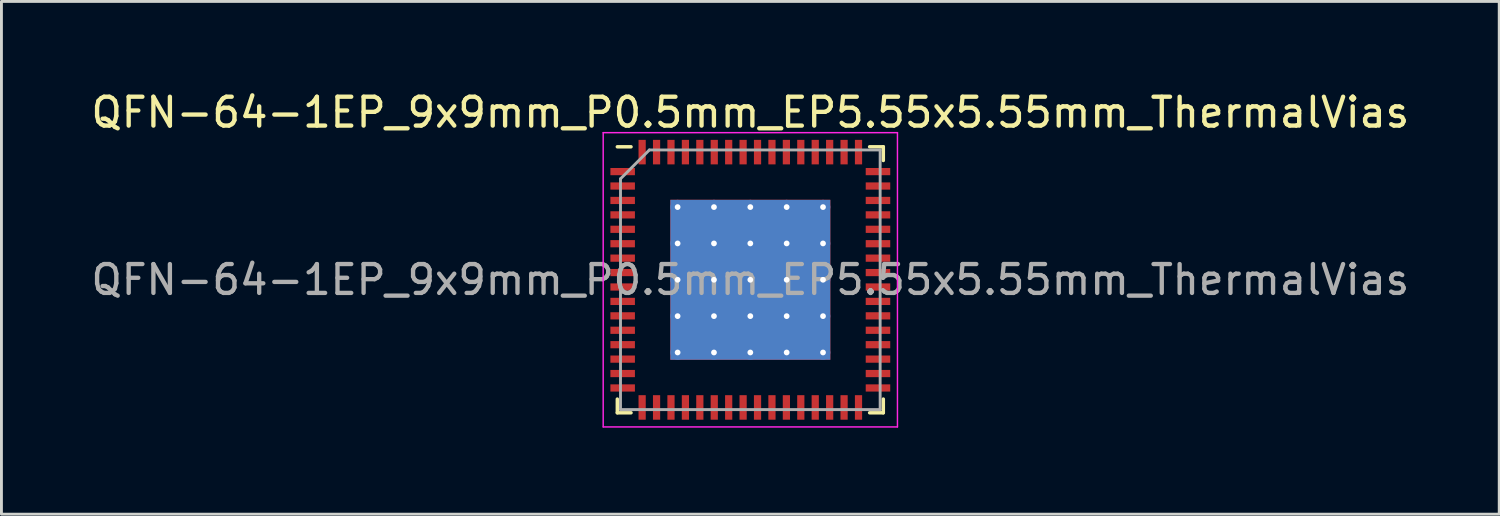
<source format=kicad_pcb>
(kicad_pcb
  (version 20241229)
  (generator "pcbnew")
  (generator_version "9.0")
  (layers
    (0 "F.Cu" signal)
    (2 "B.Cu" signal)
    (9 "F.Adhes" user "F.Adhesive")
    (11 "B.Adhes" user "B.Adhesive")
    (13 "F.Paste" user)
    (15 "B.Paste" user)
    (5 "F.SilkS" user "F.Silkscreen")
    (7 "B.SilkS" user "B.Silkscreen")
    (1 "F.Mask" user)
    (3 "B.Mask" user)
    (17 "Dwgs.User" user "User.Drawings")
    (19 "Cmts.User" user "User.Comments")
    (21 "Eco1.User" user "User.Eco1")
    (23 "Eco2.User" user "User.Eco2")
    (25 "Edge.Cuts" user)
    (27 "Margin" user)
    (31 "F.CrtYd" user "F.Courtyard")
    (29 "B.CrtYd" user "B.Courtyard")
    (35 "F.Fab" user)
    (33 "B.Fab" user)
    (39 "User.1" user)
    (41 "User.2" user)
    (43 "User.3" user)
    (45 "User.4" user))
  (footprint "QFN-64-1EP_9x9mm_P0.5mm_EP5.55x5.55mm_ThermalVias"
    (layer "F.Cu")
    (at 22.958 6.648)
    (property "Reference" "QFN-64-1EP_9x9mm_P0.5mm_EP5.55x5.55mm_ThermalVias" (at 0 -5.8 0) (layer "F.SilkS") (effects (font (size 1 1) (thickness 0.15))))
    (attr smd)
    (fp_line (start -4.61 4.61) (end -4.61 4.135) (stroke (width 0.12) (type solid)) (layer "F.SilkS"))
    (fp_line (start -4.135 -4.61) (end -4.61 -4.61) (stroke (width 0.12) (type solid)) (layer "F.SilkS"))
    (fp_line (start -4.135 4.61) (end -4.61 4.61) (stroke (width 0.12) (type solid)) (layer "F.SilkS"))
    (fp_line (start 4.135 -4.61) (end 4.61 -4.61) (stroke (width 0.12) (type solid)) (layer "F.SilkS"))
    (fp_line (start 4.135 4.61) (end 4.61 4.61) (stroke (width 0.12) (type solid)) (layer "F.SilkS"))
    (fp_line (start 4.61 -4.61) (end 4.61 -4.135) (stroke (width 0.12) (type solid)) (layer "F.SilkS"))
    (fp_line (start 4.61 4.61) (end 4.61 4.135) (stroke (width 0.12) (type solid)) (layer "F.SilkS"))
    (fp_line (start -5.1 -5.1) (end -5.1 5.1) (stroke (width 0.05) (type solid)) (layer "F.CrtYd"))
    (fp_line (start -5.1 5.1) (end 5.1 5.1) (stroke (width 0.05) (type solid)) (layer "F.CrtYd"))
    (fp_line (start 5.1 -5.1) (end -5.1 -5.1) (stroke (width 0.05) (type solid)) (layer "F.CrtYd"))
    (fp_line (start 5.1 5.1) (end 5.1 -5.1) (stroke (width 0.05) (type solid)) (layer "F.CrtYd"))
    (fp_line (start -4.5 -3.5) (end -3.5 -4.5) (stroke (width 0.1) (type solid)) (layer "F.Fab"))
    (fp_line (start -4.5 4.5) (end -4.5 -3.5) (stroke (width 0.1) (type solid)) (layer "F.Fab"))
    (fp_line (start -3.5 -4.5) (end 4.5 -4.5) (stroke (width 0.1) (type solid)) (layer "F.Fab"))
    (fp_line (start 4.5 -4.5) (end 4.5 4.5) (stroke (width 0.1) (type solid)) (layer "F.Fab"))
    (fp_line (start 4.5 4.5) (end -4.5 4.5) (stroke (width 0.1) (type solid)) (layer "F.Fab"))
    (fp_text user "${REFERENCE}" (at 0 0 0) (layer "F.Fab") (effects (font (size 1 1) (thickness 0.15))))
    (pad "" smd custom (at -1.89 -1.89) (size 1.019 1.019) (layers "F.Paste") (options (anchor circle)) (primitives (gr_poly (pts (xy -0.559 -0.418) (xy -0.418 -0.559) (xy 0.418 -0.559) (xy 0.559 -0.418) (xy 0.559 0.418) (xy 0.418 0.559) (xy -0.418 0.559) (xy -0.559 0.418)) (width 0) (fill yes))))
    (pad "" smd custom (at -1.89 -0.63) (size 1.019 1.019) (layers "F.Paste") (options (anchor circle)) (primitives (gr_poly (pts (xy -0.559 -0.418) (xy -0.418 -0.559) (xy 0.418 -0.559) (xy 0.559 -0.418) (xy 0.559 0.418) (xy 0.418 0.559) (xy -0.418 0.559) (xy -0.559 0.418)) (width 0) (fill yes))))
    (pad "" smd custom (at -1.89 0.63) (size 1.019 1.019) (layers "F.Paste") (options (anchor circle)) (primitives (gr_poly (pts (xy -0.559 -0.418) (xy -0.418 -0.559) (xy 0.418 -0.559) (xy 0.559 -0.418) (xy 0.559 0.418) (xy 0.418 0.559) (xy -0.418 0.559) (xy -0.559 0.418)) (width 0) (fill yes))))
    (pad "" smd custom (at -1.89 1.89) (size 1.019 1.019) (layers "F.Paste") (options (anchor circle)) (primitives (gr_poly (pts (xy -0.559 -0.418) (xy -0.418 -0.559) (xy 0.418 -0.559) (xy 0.559 -0.418) (xy 0.559 0.418) (xy 0.418 0.559) (xy -0.418 0.559) (xy -0.559 0.418)) (width 0) (fill yes))))
    (pad "" smd custom (at -0.63 -1.89) (size 1.019 1.019) (layers "F.Paste") (options (anchor circle)) (primitives (gr_poly (pts (xy -0.559 -0.418) (xy -0.418 -0.559) (xy 0.418 -0.559) (xy 0.559 -0.418) (xy 0.559 0.418) (xy 0.418 0.559) (xy -0.418 0.559) (xy -0.559 0.418)) (width 0) (fill yes))))
    (pad "" smd custom (at -0.63 -0.63) (size 1.019 1.019) (layers "F.Paste") (options (anchor circle)) (primitives (gr_poly (pts (xy -0.559 -0.418) (xy -0.418 -0.559) (xy 0.418 -0.559) (xy 0.559 -0.418) (xy 0.559 0.418) (xy 0.418 0.559) (xy -0.418 0.559) (xy -0.559 0.418)) (width 0) (fill yes))))
    (pad "" smd custom (at -0.63 0.63) (size 1.019 1.019) (layers "F.Paste") (options (anchor circle)) (primitives (gr_poly (pts (xy -0.559 -0.418) (xy -0.418 -0.559) (xy 0.418 -0.559) (xy 0.559 -0.418) (xy 0.559 0.418) (xy 0.418 0.559) (xy -0.418 0.559) (xy -0.559 0.418)) (width 0) (fill yes))))
    (pad "" smd custom (at -0.63 1.89) (size 1.019 1.019) (layers "F.Paste") (options (anchor circle)) (primitives (gr_poly (pts (xy -0.559 -0.418) (xy -0.418 -0.559) (xy 0.418 -0.559) (xy 0.559 -0.418) (xy 0.559 0.418) (xy 0.418 0.559) (xy -0.418 0.559) (xy -0.559 0.418)) (width 0) (fill yes))))
    (pad "" smd custom (at 0.63 -1.89) (size 1.019 1.019) (layers "F.Paste") (options (anchor circle)) (primitives (gr_poly (pts (xy -0.559 -0.418) (xy -0.418 -0.559) (xy 0.418 -0.559) (xy 0.559 -0.418) (xy 0.559 0.418) (xy 0.418 0.559) (xy -0.418 0.559) (xy -0.559 0.418)) (width 0) (fill yes))))
    (pad "" smd custom (at 0.63 -0.63) (size 1.019 1.019) (layers "F.Paste") (options (anchor circle)) (primitives (gr_poly (pts (xy -0.559 -0.418) (xy -0.418 -0.559) (xy 0.418 -0.559) (xy 0.559 -0.418) (xy 0.559 0.418) (xy 0.418 0.559) (xy -0.418 0.559) (xy -0.559 0.418)) (width 0) (fill yes))))
    (pad "" smd custom (at 0.63 0.63) (size 1.019 1.019) (layers "F.Paste") (options (anchor circle)) (primitives (gr_poly (pts (xy -0.559 -0.418) (xy -0.418 -0.559) (xy 0.418 -0.559) (xy 0.559 -0.418) (xy 0.559 0.418) (xy 0.418 0.559) (xy -0.418 0.559) (xy -0.559 0.418)) (width 0) (fill yes))))
    (pad "" smd custom (at 0.63 1.89) (size 1.019 1.019) (layers "F.Paste") (options (anchor circle)) (primitives (gr_poly (pts (xy -0.559 -0.418) (xy -0.418 -0.559) (xy 0.418 -0.559) (xy 0.559 -0.418) (xy 0.559 0.418) (xy 0.418 0.559) (xy -0.418 0.559) (xy -0.559 0.418)) (width 0) (fill yes))))
    (pad "" smd custom (at 1.89 -1.89) (size 1.019 1.019) (layers "F.Paste") (options (anchor circle)) (primitives (gr_poly (pts (xy -0.559 -0.418) (xy -0.418 -0.559) (xy 0.418 -0.559) (xy 0.559 -0.418) (xy 0.559 0.418) (xy 0.418 0.559) (xy -0.418 0.559) (xy -0.559 0.418)) (width 0) (fill yes))))
    (pad "" smd custom (at 1.89 -0.63) (size 1.019 1.019) (layers "F.Paste") (options (anchor circle)) (primitives (gr_poly (pts (xy -0.559 -0.418) (xy -0.418 -0.559) (xy 0.418 -0.559) (xy 0.559 -0.418) (xy 0.559 0.418) (xy 0.418 0.559) (xy -0.418 0.559) (xy -0.559 0.418)) (width 0) (fill yes))))
    (pad "" smd custom (at 1.89 0.63) (size 1.019 1.019) (layers "F.Paste") (options (anchor circle)) (primitives (gr_poly (pts (xy -0.559 -0.418) (xy -0.418 -0.559) (xy 0.418 -0.559) (xy 0.559 -0.418) (xy 0.559 0.418) (xy 0.418 0.559) (xy -0.418 0.559) (xy -0.559 0.418)) (width 0) (fill yes))))
    (pad "" smd custom (at 1.89 1.89) (size 1.019 1.019) (layers "F.Paste") (options (anchor circle)) (primitives (gr_poly (pts (xy -0.559 -0.418) (xy -0.418 -0.559) (xy 0.418 -0.559) (xy 0.559 -0.418) (xy 0.559 0.418) (xy 0.418 0.559) (xy -0.418 0.559) (xy -0.559 0.418)) (width 0) (fill yes))))
    (pad "1" smd rect (at -4.425 -3.75) (size 0.85 0.25) (layers "F.Cu" "F.Mask" "F.Paste"))
    (pad "2" smd rect (at -4.425 -3.25) (size 0.85 0.25) (layers "F.Cu" "F.Mask" "F.Paste"))
    (pad "3" smd rect (at -4.425 -2.75) (size 0.85 0.25) (layers "F.Cu" "F.Mask" "F.Paste"))
    (pad "4" smd rect (at -4.425 -2.25) (size 0.85 0.25) (layers "F.Cu" "F.Mask" "F.Paste"))
    (pad "5" smd rect (at -4.425 -1.75) (size 0.85 0.25) (layers "F.Cu" "F.Mask" "F.Paste"))
    (pad "6" smd rect (at -4.425 -1.25) (size 0.85 0.25) (layers "F.Cu" "F.Mask" "F.Paste"))
    (pad "7" smd rect (at -4.425 -0.75) (size 0.85 0.25) (layers "F.Cu" "F.Mask" "F.Paste"))
    (pad "8" smd rect (at -4.425 -0.25) (size 0.85 0.25) (layers "F.Cu" "F.Mask" "F.Paste"))
    (pad "9" smd rect (at -4.425 0.25) (size 0.85 0.25) (layers "F.Cu" "F.Mask" "F.Paste"))
    (pad "10" smd rect (at -4.425 0.75) (size 0.85 0.25) (layers "F.Cu" "F.Mask" "F.Paste"))
    (pad "11" smd rect (at -4.425 1.25) (size 0.85 0.25) (layers "F.Cu" "F.Mask" "F.Paste"))
    (pad "12" smd rect (at -4.425 1.75) (size 0.85 0.25) (layers "F.Cu" "F.Mask" "F.Paste"))
    (pad "13" smd rect (at -4.425 2.25) (size 0.85 0.25) (layers "F.Cu" "F.Mask" "F.Paste"))
    (pad "14" smd rect (at -4.425 2.75) (size 0.85 0.25) (layers "F.Cu" "F.Mask" "F.Paste"))
    (pad "15" smd rect (at -4.425 3.25) (size 0.85 0.25) (layers "F.Cu" "F.Mask" "F.Paste"))
    (pad "16" smd rect (at -4.425 3.75) (size 0.85 0.25) (layers "F.Cu" "F.Mask" "F.Paste"))
    (pad "17" smd rect (at -3.75 4.425) (size 0.25 0.85) (layers "F.Cu" "F.Mask" "F.Paste"))
    (pad "18" smd rect (at -3.25 4.425) (size 0.25 0.85) (layers "F.Cu" "F.Mask" "F.Paste"))
    (pad "19" smd rect (at -2.75 4.425) (size 0.25 0.85) (layers "F.Cu" "F.Mask" "F.Paste"))
    (pad "20" smd rect (at -2.25 4.425) (size 0.25 0.85) (layers "F.Cu" "F.Mask" "F.Paste"))
    (pad "21" smd rect (at -1.75 4.425) (size 0.25 0.85) (layers "F.Cu" "F.Mask" "F.Paste"))
    (pad "22" smd rect (at -1.25 4.425) (size 0.25 0.85) (layers "F.Cu" "F.Mask" "F.Paste"))
    (pad "23" smd rect (at -0.75 4.425) (size 0.25 0.85) (layers "F.Cu" "F.Mask" "F.Paste"))
    (pad "24" smd rect (at -0.25 4.425) (size 0.25 0.85) (layers "F.Cu" "F.Mask" "F.Paste"))
    (pad "25" smd rect (at 0.25 4.425) (size 0.25 0.85) (layers "F.Cu" "F.Mask" "F.Paste"))
    (pad "26" smd rect (at 0.75 4.425) (size 0.25 0.85) (layers "F.Cu" "F.Mask" "F.Paste"))
    (pad "27" smd rect (at 1.25 4.425) (size 0.25 0.85) (layers "F.Cu" "F.Mask" "F.Paste"))
    (pad "28" smd rect (at 1.75 4.425) (size 0.25 0.85) (layers "F.Cu" "F.Mask" "F.Paste"))
    (pad "29" smd rect (at 2.25 4.425) (size 0.25 0.85) (layers "F.Cu" "F.Mask" "F.Paste"))
    (pad "30" smd rect (at 2.75 4.425) (size 0.25 0.85) (layers "F.Cu" "F.Mask" "F.Paste"))
    (pad "31" smd rect (at 3.25 4.425) (size 0.25 0.85) (layers "F.Cu" "F.Mask" "F.Paste"))
    (pad "32" smd rect (at 3.75 4.425) (size 0.25 0.85) (layers "F.Cu" "F.Mask" "F.Paste"))
    (pad "33" smd rect (at 4.425 3.75) (size 0.85 0.25) (layers "F.Cu" "F.Mask" "F.Paste"))
    (pad "34" smd rect (at 4.425 3.25) (size 0.85 0.25) (layers "F.Cu" "F.Mask" "F.Paste"))
    (pad "35" smd rect (at 4.425 2.75) (size 0.85 0.25) (layers "F.Cu" "F.Mask" "F.Paste"))
    (pad "36" smd rect (at 4.425 2.25) (size 0.85 0.25) (layers "F.Cu" "F.Mask" "F.Paste"))
    (pad "37" smd rect (at 4.425 1.75) (size 0.85 0.25) (layers "F.Cu" "F.Mask" "F.Paste"))
    (pad "38" smd rect (at 4.425 1.25) (size 0.85 0.25) (layers "F.Cu" "F.Mask" "F.Paste"))
    (pad "39" smd rect (at 4.425 0.75) (size 0.85 0.25) (layers "F.Cu" "F.Mask" "F.Paste"))
    (pad "40" smd rect (at 4.425 0.25) (size 0.85 0.25) (layers "F.Cu" "F.Mask" "F.Paste"))
    (pad "41" smd rect (at 4.425 -0.25) (size 0.85 0.25) (layers "F.Cu" "F.Mask" "F.Paste"))
    (pad "42" smd rect (at 4.425 -0.75) (size 0.85 0.25) (layers "F.Cu" "F.Mask" "F.Paste"))
    (pad "43" smd rect (at 4.425 -1.25) (size 0.85 0.25) (layers "F.Cu" "F.Mask" "F.Paste"))
    (pad "44" smd rect (at 4.425 -1.75) (size 0.85 0.25) (layers "F.Cu" "F.Mask" "F.Paste"))
    (pad "45" smd rect (at 4.425 -2.25) (size 0.85 0.25) (layers "F.Cu" "F.Mask" "F.Paste"))
    (pad "46" smd rect (at 4.425 -2.75) (size 0.85 0.25) (layers "F.Cu" "F.Mask" "F.Paste"))
    (pad "47" smd rect (at 4.425 -3.25) (size 0.85 0.25) (layers "F.Cu" "F.Mask" "F.Paste"))
    (pad "48" smd rect (at 4.425 -3.75) (size 0.85 0.25) (layers "F.Cu" "F.Mask" "F.Paste"))
    (pad "49" smd rect (at 3.75 -4.425) (size 0.25 0.85) (layers "F.Cu" "F.Mask" "F.Paste"))
    (pad "50" smd rect (at 3.25 -4.425) (size 0.25 0.85) (layers "F.Cu" "F.Mask" "F.Paste"))
    (pad "51" smd rect (at 2.75 -4.425) (size 0.25 0.85) (layers "F.Cu" "F.Mask" "F.Paste"))
    (pad "52" smd rect (at 2.25 -4.425) (size 0.25 0.85) (layers "F.Cu" "F.Mask" "F.Paste"))
    (pad "53" smd rect (at 1.75 -4.425) (size 0.25 0.85) (layers "F.Cu" "F.Mask" "F.Paste"))
    (pad "54" smd rect (at 1.25 -4.425) (size 0.25 0.85) (layers "F.Cu" "F.Mask" "F.Paste"))
    (pad "55" smd rect (at 0.75 -4.425) (size 0.25 0.85) (layers "F.Cu" "F.Mask" "F.Paste"))
    (pad "56" smd rect (at 0.25 -4.425) (size 0.25 0.85) (layers "F.Cu" "F.Mask" "F.Paste"))
    (pad "57" smd rect (at -0.25 -4.425) (size 0.25 0.85) (layers "F.Cu" "F.Mask" "F.Paste"))
    (pad "58" smd rect (at -0.75 -4.425) (size 0.25 0.85) (layers "F.Cu" "F.Mask" "F.Paste"))
    (pad "59" smd rect (at -1.25 -4.425) (size 0.25 0.85) (layers "F.Cu" "F.Mask" "F.Paste"))
    (pad "60" smd rect (at -1.75 -4.425) (size 0.25 0.85) (layers "F.Cu" "F.Mask" "F.Paste"))
    (pad "61" smd rect (at -2.25 -4.425) (size 0.25 0.85) (layers "F.Cu" "F.Mask" "F.Paste"))
    (pad "62" smd rect (at -2.75 -4.425) (size 0.25 0.85) (layers "F.Cu" "F.Mask" "F.Paste"))
    (pad "63" smd rect (at -3.25 -4.425) (size 0.25 0.85) (layers "F.Cu" "F.Mask" "F.Paste"))
    (pad "64" smd rect (at -3.75 -4.425) (size 0.25 0.85) (layers "F.Cu" "F.Mask" "F.Paste"))
    (pad "65" thru_hole circle (at -2.52 -2.52) (size 0.5 0.5) (drill 0.2) (layers "*.Cu"))
    (pad "65" thru_hole circle (at -2.52 -1.26) (size 0.5 0.5) (drill 0.2) (layers "*.Cu"))
    (pad "65" thru_hole circle (at -2.52 0) (size 0.5 0.5) (drill 0.2) (layers "*.Cu"))
    (pad "65" thru_hole circle (at -2.52 1.26) (size 0.5 0.5) (drill 0.2) (layers "*.Cu"))
    (pad "65" thru_hole circle (at -2.52 2.52) (size 0.5 0.5) (drill 0.2) (layers "*.Cu"))
    (pad "65" thru_hole circle (at -1.26 -2.52) (size 0.5 0.5) (drill 0.2) (layers "*.Cu"))
    (pad "65" thru_hole circle (at -1.26 -1.26) (size 0.5 0.5) (drill 0.2) (layers "*.Cu"))
    (pad "65" thru_hole circle (at -1.26 0) (size 0.5 0.5) (drill 0.2) (layers "*.Cu"))
    (pad "65" thru_hole circle (at -1.26 1.26) (size 0.5 0.5) (drill 0.2) (layers "*.Cu"))
    (pad "65" thru_hole circle (at -1.26 2.52) (size 0.5 0.5) (drill 0.2) (layers "*.Cu"))
    (pad "65" thru_hole circle (at 0 -2.52) (size 0.5 0.5) (drill 0.2) (layers "*.Cu"))
    (pad "65" thru_hole circle (at 0 -1.26) (size 0.5 0.5) (drill 0.2) (layers "*.Cu"))
    (pad "65" thru_hole circle (at 0 0) (size 0.5 0.5) (drill 0.2) (layers "*.Cu"))
    (pad "65" smd rect (at 0 0) (size 5.54 5.54) (layers "B.Cu"))
    (pad "65" smd rect (at 0 0) (size 5.55 5.55) (layers "F.Cu" "F.Mask"))
    (pad "65" thru_hole circle (at 0 1.26) (size 0.5 0.5) (drill 0.2) (layers "*.Cu"))
    (pad "65" thru_hole circle (at 0 2.52) (size 0.5 0.5) (drill 0.2) (layers "*.Cu"))
    (pad "65" thru_hole circle (at 1.26 -2.52) (size 0.5 0.5) (drill 0.2) (layers "*.Cu"))
    (pad "65" thru_hole circle (at 1.26 -1.26) (size 0.5 0.5) (drill 0.2) (layers "*.Cu"))
    (pad "65" thru_hole circle (at 1.26 0) (size 0.5 0.5) (drill 0.2) (layers "*.Cu"))
    (pad "65" thru_hole circle (at 1.26 1.26) (size 0.5 0.5) (drill 0.2) (layers "*.Cu"))
    (pad "65" thru_hole circle (at 1.26 2.52) (size 0.5 0.5) (drill 0.2) (layers "*.Cu"))
    (pad "65" thru_hole circle (at 2.52 -2.52) (size 0.5 0.5) (drill 0.2) (layers "*.Cu"))
    (pad "65" thru_hole circle (at 2.52 -1.26) (size 0.5 0.5) (drill 0.2) (layers "*.Cu"))
    (pad "65" thru_hole circle (at 2.52 0) (size 0.5 0.5) (drill 0.2) (layers "*.Cu"))
    (pad "65" thru_hole circle (at 2.52 1.26) (size 0.5 0.5) (drill 0.2) (layers "*.Cu"))
    (pad "65" thru_hole circle (at 2.52 2.52) (size 0.5 0.5) (drill 0.2) (layers "*.Cu")))
  (gr_rect
    (start -3 -3)
    (end 48.917 14.773)
    (stroke (width 0.1) (type default))
    (fill no)
    (layer "Edge.Cuts")))
</source>
